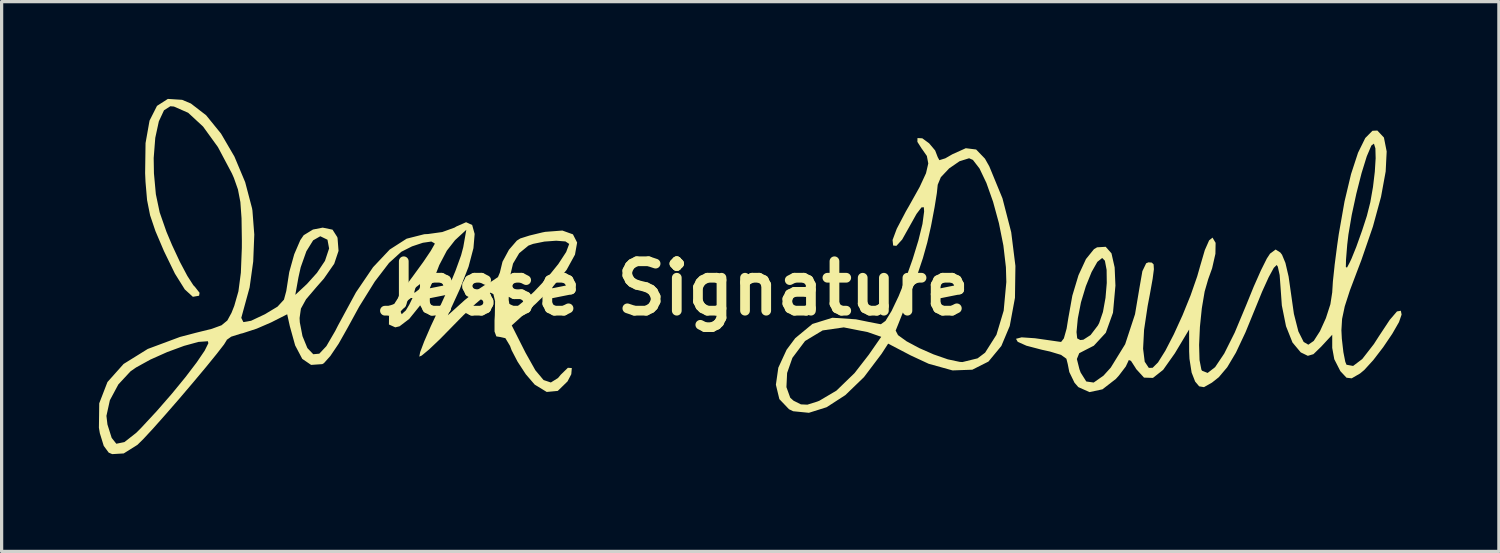
<source format=kicad_pcb>
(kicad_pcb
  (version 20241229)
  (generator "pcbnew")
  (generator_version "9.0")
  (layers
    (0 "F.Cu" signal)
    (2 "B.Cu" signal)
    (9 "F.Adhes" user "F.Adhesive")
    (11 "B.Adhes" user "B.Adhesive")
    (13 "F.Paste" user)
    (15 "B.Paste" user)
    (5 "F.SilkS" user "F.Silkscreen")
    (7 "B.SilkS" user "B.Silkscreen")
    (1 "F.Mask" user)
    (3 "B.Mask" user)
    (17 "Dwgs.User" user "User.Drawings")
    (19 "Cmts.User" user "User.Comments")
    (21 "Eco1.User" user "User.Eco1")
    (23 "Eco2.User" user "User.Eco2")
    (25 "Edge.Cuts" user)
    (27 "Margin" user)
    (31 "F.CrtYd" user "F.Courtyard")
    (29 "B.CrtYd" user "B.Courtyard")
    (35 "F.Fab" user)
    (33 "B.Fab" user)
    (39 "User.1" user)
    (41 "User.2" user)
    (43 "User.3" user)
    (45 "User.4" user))
  (footprint "Jesse Signature"
    (layer "F.Cu")
    (at 17.71 5.841)
    (property "Reference" "Jesse Signature" (at 0 0 0) (layer "F.SilkS") (effects (font (size 1.524 1.524) (thickness 0.3))))
    (attr board_only exclude_from_pos_files exclude_from_bom)
    (fp_poly (pts (xy 7.68 -4.626) (xy 7.89 -4.472) (xy 8.076 -4.251) (xy 8.155 -4.046) (xy 8.206 -3.952) (xy 8.389 -4.009) (xy 8.608 -4.135) (xy 9.021 -4.321) (xy 9.34 -4.281) (xy 9.612 -3.998) (xy 9.746 -3.76) (xy 10.152 -2.774) (xy 10.421 -1.732) (xy 10.551 -0.691) (xy 10.537 0.292) (xy 10.376 1.162) (xy 10.117 1.777) (xy 9.72 2.258) (xy 9.222 2.509) (xy 8.612 2.531) (xy 7.876 2.326) (xy 7.321 2.068) (xy 6.627 1.705) (xy 6.422 2.022) (xy 5.881 2.738) (xy 5.306 3.293) (xy 4.729 3.666) (xy 4.183 3.838) (xy 3.699 3.79) (xy 3.569 3.728) (xy 3.272 3.416) (xy 3.183 3.047) (xy 3.49 3.047) (xy 3.608 3.374) (xy 3.71 3.465) (xy 3.937 3.578) (xy 4.136 3.587) (xy 4.436 3.493) (xy 4.503 3.467) (xy 5.032 3.154) (xy 5.589 2.615) (xy 6.027 2.051) (xy 6.413 1.495) (xy 5.994 1.349) (xy 5.758 1.303) (xy 6.858 1.303) (xy 6.931 1.443) (xy 7.194 1.633) (xy 7.582 1.841) (xy 8.028 2.037) (xy 8.468 2.19) (xy 8.836 2.268) (xy 8.918 2.273) (xy 9.384 2.159) (xy 9.616 1.984) (xy 9.966 1.432) (xy 10.189 0.689) (xy 10.271 -0.195) (xy 10.258 -0.651) (xy 10.18 -1.32) (xy 10.042 -2.01) (xy 9.862 -2.669) (xy 9.657 -3.248) (xy 9.444 -3.695) (xy 9.24 -3.96) (xy 9.123 -4.011) (xy 8.828 -3.919) (xy 8.507 -3.698) (xy 8.251 -3.426) (xy 8.155 -3.194) (xy 8.129 -2.94) (xy 8.06 -2.51) (xy 7.962 -1.99) (xy 7.944 -1.899) (xy 7.834 -1.417) (xy 7.698 -0.931) (xy 7.515 -0.385) (xy 7.266 0.279) (xy 6.932 1.12) (xy 6.858 1.303) (xy 5.758 1.303) (xy 5.258 1.204) (xy 4.606 1.298) (xy 4.065 1.623) (xy 3.674 2.144) (xy 3.511 2.61) (xy 3.49 3.047) (xy 3.183 3.047) (xy 3.165 2.972) (xy 3.24 2.447) (xy 3.495 1.894) (xy 3.761 1.537) (xy 4.292 1.098) (xy 4.908 0.907) (xy 5.633 0.955) (xy 6.033 1.037) (xy 6.339 1.096) (xy 6.403 1.107) (xy 6.545 1.004) (xy 6.733 0.697) (xy 6.95 0.241) (xy 7.173 -0.31) (xy 7.383 -0.902) (xy 7.56 -1.478) (xy 7.685 -1.986) (xy 7.736 -2.37) (xy 7.727 -2.5) (xy 7.654 -2.496) (xy 7.501 -2.294) (xy 7.303 -1.94) (xy 7.058 -1.504) (xy 6.881 -1.31) (xy 6.781 -1.32) (xy 6.763 -1.491) (xy 6.892 -1.837) (xy 7.174 -2.374) (xy 7.265 -2.531) (xy 7.598 -3.126) (xy 7.794 -3.549) (xy 7.864 -3.851) (xy 7.82 -4.082) (xy 7.673 -4.293) (xy 7.665 -4.302) (xy 7.528 -4.517) (xy 7.531 -4.634)) (stroke (width 0) (type solid)) (fill yes) (layer "F.SilkS"))
    (fp_poly (pts (xy 21.914 -4.65) (xy 21.999 -4.221) (xy 21.968 -3.603) (xy 21.825 -2.822) (xy 21.574 -1.902) (xy 21.218 -0.868) (xy 21.118 -0.606) (xy 20.865 0.063) (xy 20.706 0.556) (xy 20.624 0.943) (xy 20.603 1.292) (xy 20.616 1.551) (xy 20.664 1.968) (xy 20.723 2.266) (xy 20.76 2.356) (xy 20.964 2.393) (xy 21.246 2.18) (xy 21.602 1.722) (xy 21.761 1.475) (xy 22.093 0.973) (xy 22.317 0.712) (xy 22.436 0.691) (xy 22.459 0.809) (xy 22.379 1.041) (xy 22.172 1.401) (xy 21.891 1.816) (xy 21.587 2.212) (xy 21.309 2.517) (xy 21.178 2.626) (xy 20.92 2.775) (xy 20.76 2.756) (xy 20.573 2.556) (xy 20.57 2.552) (xy 20.383 2.185) (xy 20.32 1.837) (xy 20.32 1.431) (xy 19.98 1.798) (xy 19.741 2.03) (xy 19.568 2.081) (xy 19.36 1.98) (xy 19.345 1.97) (xy 19.095 1.671) (xy 18.895 1.168) (xy 18.766 0.526) (xy 18.727 -0.026) (xy 18.699 -0.41) (xy 18.642 -0.668) (xy 18.608 -0.72) (xy 18.518 -0.632) (xy 18.36 -0.342) (xy 18.158 0.102) (xy 17.992 0.509) (xy 17.646 1.355) (xy 17.35 1.983) (xy 17.083 2.432) (xy 16.822 2.741) (xy 16.612 2.907) (xy 16.365 3.047) (xy 16.217 3.022) (xy 16.093 2.875) (xy 15.984 2.596) (xy 15.918 2.174) (xy 15.908 1.946) (xy 15.907 1.27) (xy 15.466 2.005) (xy 15.106 2.514) (xy 14.792 2.762) (xy 14.516 2.753) (xy 14.274 2.488) (xy 14.251 2.448) (xy 14.114 2.236) (xy 14.044 2.21) (xy 14.042 2.225) (xy 13.954 2.411) (xy 13.74 2.692) (xy 13.649 2.793) (xy 13.235 3.114) (xy 12.836 3.2) (xy 12.491 3.046) (xy 12.373 2.911) (xy 12.213 2.582) (xy 12.165 2.336) (xy 12.123 2.171) (xy 11.958 2.052) (xy 11.613 1.948) (xy 11.363 1.893) (xy 10.89 1.769) (xy 10.622 1.649) (xy 10.569 1.556) (xy 10.743 1.511) (xy 11.154 1.539) (xy 11.196 1.545) (xy 11.597 1.602) (xy 11.889 1.644) (xy 11.96 1.653) (xy 12.045 1.543) (xy 12.1 1.348) (xy 12.435 1.348) (xy 12.456 1.543) (xy 12.551 1.595) (xy 12.646 1.584) (xy 12.868 1.441) (xy 13.093 1.146) (xy 13.134 1.069) (xy 13.25 0.729) (xy 13.329 0.293) (xy 13.368 -0.165) (xy 13.363 -0.571) (xy 13.31 -0.852) (xy 13.227 -0.936) (xy 13.077 -0.816) (xy 12.9 -0.503) (xy 12.722 -0.064) (xy 12.572 0.433) (xy 12.477 0.919) (xy 12.473 0.95) (xy 12.435 1.348) (xy 12.1 1.348) (xy 12.13 1.24) (xy 12.179 0.936) (xy 12.306 0.226) (xy 12.496 -0.405) (xy 12.726 -0.902) (xy 12.974 -1.209) (xy 13.07 -1.265) (xy 13.335 -1.281) (xy 13.513 -1.079) (xy 13.611 -0.645) (xy 13.635 -0.084) (xy 13.56 0.751) (xy 13.338 1.37) (xy 12.969 1.769) (xy 12.767 1.872) (xy 12.519 2) (xy 12.446 2.18) (xy 12.525 2.494) (xy 12.563 2.598) (xy 12.736 2.872) (xy 12.964 2.905) (xy 13.266 2.693) (xy 13.491 2.444) (xy 13.935 1.723) (xy 14.239 0.798) (xy 14.379 -0.033) (xy 14.466 -0.53) (xy 14.583 -0.773) (xy 14.654 -0.802) (xy 14.756 -0.794) (xy 14.812 -0.739) (xy 14.821 -0.589) (xy 14.783 -0.297) (xy 14.697 0.184) (xy 14.628 0.546) (xy 14.518 1.28) (xy 14.488 1.862) (xy 14.538 2.263) (xy 14.664 2.452) (xy 14.781 2.451) (xy 14.948 2.285) (xy 15.175 1.922) (xy 15.435 1.419) (xy 15.703 0.832) (xy 15.952 0.218) (xy 16.156 -0.367) (xy 16.253 -0.707) (xy 16.391 -1.178) (xy 16.524 -1.479) (xy 16.628 -1.564) (xy 16.724 -1.403) (xy 16.718 -1.065) (xy 16.616 -0.617) (xy 16.496 -0.283) (xy 16.386 0.098) (xy 16.299 0.614) (xy 16.24 1.189) (xy 16.215 1.747) (xy 16.228 2.211) (xy 16.285 2.505) (xy 16.305 2.54) (xy 16.478 2.609) (xy 16.709 2.43) (xy 16.99 2.011) (xy 17.313 1.365) (xy 17.66 0.535) (xy 17.898 -0.05) (xy 18.122 -0.555) (xy 18.303 -0.918) (xy 18.402 -1.069) (xy 18.575 -1.197) (xy 18.719 -1.105) (xy 18.772 -1.036) (xy 18.877 -0.783) (xy 18.975 -0.362) (xy 19.034 0.054) (xy 19.138 0.786) (xy 19.276 1.328) (xy 19.439 1.653) (xy 19.583 1.738) (xy 19.75 1.621) (xy 19.942 1.322) (xy 20.125 0.919) (xy 20.263 0.491) (xy 20.321 0.117) (xy 20.321 0.102) (xy 20.341 -0.218) (xy 20.388 -0.657) (xy 20.74 -0.657) (xy 20.776 -0.64) (xy 20.861 -0.801) (xy 20.913 -0.912) (xy 21.061 -1.277) (xy 21.241 -1.781) (xy 21.387 -2.23) (xy 21.494 -2.653) (xy 21.577 -3.126) (xy 21.633 -3.596) (xy 21.659 -4.011) (xy 21.651 -4.317) (xy 21.606 -4.462) (xy 21.527 -4.403) (xy 21.385 -4.07) (xy 21.224 -3.55) (xy 21.064 -2.922) (xy 20.922 -2.265) (xy 20.819 -1.658) (xy 20.782 -1.343) (xy 20.745 -0.881) (xy 20.74 -0.657) (xy 20.388 -0.657) (xy 20.394 -0.72) (xy 20.472 -1.321) (xy 20.522 -1.671) (xy 20.699 -2.678) (xy 20.9 -3.522) (xy 21.116 -4.182) (xy 21.339 -4.635) (xy 21.56 -4.858) (xy 21.711 -4.866)) (stroke (width 0) (type solid)) (fill yes) (layer "F.SilkS"))
    (fp_poly (pts (xy -15.145 -5.813) (xy -14.875 -5.7) (xy -14.404 -5.337) (xy -13.944 -4.77) (xy -13.531 -4.062) (xy -13.2 -3.274) (xy -12.988 -2.469) (xy -12.976 -2.398) (xy -12.919 -1.658) (xy -12.952 -0.828) (xy -13.063 -0.027) (xy -13.236 0.604) (xy -13.32 0.911) (xy -13.255 1.041) (xy -13.018 1) (xy -12.592 0.799) (xy -12.203 0.565) (xy -12.004 0.349) (xy -11.964 0.201) (xy -11.654 0.201) (xy -11.295 -0.134) (xy -10.986 -0.478) (xy -10.742 -0.843) (xy -10.739 -0.848) (xy -10.612 -1.229) (xy -10.662 -1.499) (xy -10.879 -1.604) (xy -10.888 -1.604) (xy -11.104 -1.48) (xy -11.313 -1.143) (xy -11.488 -0.649) (xy -11.558 -0.334) (xy -11.654 0.201) (xy -11.964 0.201) (xy -11.932 0.081) (xy -11.93 0.067) (xy -11.841 -0.501) (xy -11.687 -1.052) (xy -11.5 -1.486) (xy -11.396 -1.638) (xy -11.11 -1.813) (xy -10.81 -1.872) (xy -10.506 -1.809) (xy -10.36 -1.58) (xy -10.351 -1.547) (xy -10.321 -1.155) (xy -10.454 -0.758) (xy -10.773 -0.299) (xy -11.006 -0.034) (xy -11.323 0.338) (xy -11.481 0.625) (xy -11.522 0.915) (xy -11.515 1.049) (xy -11.433 1.473) (xy -11.286 1.832) (xy -11.277 1.847) (xy -11.1 2.032) (xy -10.914 2.015) (xy -10.696 1.783) (xy -10.424 1.316) (xy -10.337 1.145) (xy -9.783 0.123) (xy -9.257 -0.651) (xy -8.742 -1.197) (xy -8.221 -1.531) (xy -7.677 -1.669) (xy -7.561 -1.675) (xy -7.122 -1.736) (xy -6.744 -1.873) (xy -6.686 -1.908) (xy -6.388 -2.039) (xy -6.2 -1.953) (xy -6.124 -1.677) (xy -6.161 -1.239) (xy -6.312 -0.666) (xy -6.577 0.015) (xy -6.617 0.103) (xy -6.951 0.832) (xy -6.431 0.363) (xy -6.076 0.074) (xy -5.754 -0.138) (xy -5.63 -0.196) (xy -5.405 -0.346) (xy -5.347 -0.484) (xy -5.265 -0.821) (xy -5.066 -1.19) (xy -4.822 -1.472) (xy -4.717 -1.538) (xy -4.433 -1.628) (xy -4.033 -1.725) (xy -3.946 -1.742) (xy -3.419 -1.782) (xy -3.093 -1.665) (xy -2.964 -1.412) (xy -3.03 -1.04) (xy -3.288 -0.57) (xy -3.737 -0.019) (xy -4.237 0.472) (xy -4.98 1.144) (xy -4.557 1.982) (xy -4.252 2.526) (xy -3.999 2.828) (xy -3.774 2.903) (xy -3.554 2.766) (xy -3.468 2.663) (xy -3.249 2.45) (xy -3.128 2.458) (xy -3.144 2.648) (xy -3.26 2.87) (xy -3.561 3.163) (xy -3.902 3.195) (xy -4.272 2.969) (xy -4.548 2.648) (xy -4.801 2.26) (xy -4.985 1.907) (xy -5.032 1.777) (xy -5.176 1.537) (xy -5.329 1.502) (xy -5.455 1.482) (xy -5.511 1.331) (xy -5.511 0.99) (xy -5.502 0.836) (xy -5.494 0.399) (xy -5.503 0.359) (xy -5.074 0.359) (xy -5.033 0.61) (xy -4.978 0.668) (xy -4.836 0.582) (xy -4.567 0.358) (xy -4.289 0.1) (xy -3.887 -0.324) (xy -3.543 -0.751) (xy -3.302 -1.12) (xy -3.209 -1.368) (xy -3.209 -1.37) (xy -3.324 -1.446) (xy -3.609 -1.468) (xy -3.972 -1.442) (xy -4.322 -1.371) (xy -4.465 -1.318) (xy -4.75 -1.084) (xy -4.94 -0.764) (xy -5.024 -0.412) (xy -5.07 -0.01) (xy -5.074 0.359) (xy -5.503 0.359) (xy -5.546 0.18) (xy -5.636 0.133) (xy -5.798 0.225) (xy -6.093 0.473) (xy -6.477 0.836) (xy -6.789 1.154) (xy -7.193 1.566) (xy -7.529 1.885) (xy -7.756 2.073) (xy -7.831 2.106) (xy -7.804 1.966) (xy -7.679 1.636) (xy -7.476 1.168) (xy -7.234 0.651) (xy -6.954 0.038) (xy -6.714 -0.543) (xy -6.542 -1.018) (xy -6.475 -1.27) (xy -6.381 -1.805) (xy -6.729 -1.485) (xy -6.982 -1.161) (xy -7.215 -0.717) (xy -7.289 -0.525) (xy -7.525 0.04) (xy -7.823 0.549) (xy -8.142 0.944) (xy -8.44 1.171) (xy -8.571 1.203) (xy -8.767 1.115) (xy -8.764 0.852) (xy -8.687 0.685) (xy -8.422 0.685) (xy -8.374 0.798) (xy -8.246 0.681) (xy -8.138 0.501) (xy -8.04 0.298) (xy -8.09 0.298) (xy -8.2 0.384) (xy -8.38 0.581) (xy -8.422 0.685) (xy -8.687 0.685) (xy -8.563 0.417) (xy -8.371 0.125) (xy -7.988 0.125) (xy -7.97 0.134) (xy -7.848 0.04) (xy -7.821 0) (xy -7.786 -0.125) (xy -7.805 -0.134) (xy -7.927 -0.04) (xy -7.954 0) (xy -7.988 0.125) (xy -8.371 0.125) (xy -8.166 -0.187) (xy -8.013 -0.394) (xy -7.708 -0.813) (xy -7.478 -1.154) (xy -7.361 -1.359) (xy -7.354 -1.385) (xy -7.459 -1.443) (xy -7.721 -1.405) (xy -8.055 -1.294) (xy -8.378 -1.131) (xy -8.391 -1.122) (xy -8.764 -0.783) (xy -9.201 -0.212) (xy -9.684 0.564) (xy -10.049 1.231) (xy -10.318 1.708) (xy -10.574 2.087) (xy -10.772 2.308) (xy -10.822 2.337) (xy -11.167 2.361) (xy -11.44 2.175) (xy -11.659 1.759) (xy -11.823 1.168) (xy -11.904 0.8) (xy -12.402 1.052) (xy -12.843 1.243) (xy -13.278 1.385) (xy -13.335 1.398) (xy -13.629 1.49) (xy -13.768 1.588) (xy -13.769 1.597) (xy -13.852 1.731) (xy -14.077 2.021) (xy -14.406 2.426) (xy -14.803 2.9) (xy -15.231 3.403) (xy -15.655 3.89) (xy -16.036 4.319) (xy -16.339 4.646) (xy -16.522 4.826) (xy -16.945 5.091) (xy -17.3 5.112) (xy -17.408 5.066) (xy -17.561 4.858) (xy -17.682 4.466) (xy -17.71 4.298) (xy -17.705 3.932) (xy -17.478 3.932) (xy -17.447 4.197) (xy -17.347 4.515) (xy -17.316 4.612) (xy -17.173 4.792) (xy -16.924 4.741) (xy -16.56 4.456) (xy -16.415 4.311) (xy -15.931 3.79) (xy -15.463 3.253) (xy -15.041 2.738) (xy -14.693 2.281) (xy -14.448 1.92) (xy -14.335 1.692) (xy -14.35 1.631) (xy -14.64 1.652) (xy -15.085 1.774) (xy -15.606 1.966) (xy -16.125 2.198) (xy -16.564 2.44) (xy -16.736 2.56) (xy -17.111 2.964) (xy -17.372 3.451) (xy -17.478 3.932) (xy -17.705 3.932) (xy -17.7 3.545) (xy -17.447 2.89) (xy -16.949 2.332) (xy -16.204 1.869) (xy -15.21 1.499) (xy -14.722 1.371) (xy -14.23 1.249) (xy -13.929 1.139) (xy -13.75 0.991) (xy -13.622 0.757) (xy -13.536 0.54) (xy -13.408 0.092) (xy -13.333 -0.481) (xy -13.303 -1.242) (xy -13.302 -1.471) (xy -13.312 -2.16) (xy -13.348 -2.661) (xy -13.423 -3.05) (xy -13.548 -3.405) (xy -13.609 -3.543) (xy -14.041 -4.357) (xy -14.498 -4.988) (xy -14.957 -5.413) (xy -15.397 -5.606) (xy -15.508 -5.615) (xy -15.703 -5.49) (xy -15.862 -5.149) (xy -15.972 -4.641) (xy -16.021 -4.016) (xy -16.013 -3.544) (xy -15.954 -2.901) (xy -15.836 -2.341) (xy -15.627 -1.743) (xy -15.456 -1.337) (xy -15.213 -0.816) (xy -14.982 -0.381) (xy -14.799 -0.097) (xy -14.741 -0.035) (xy -14.606 0.138) (xy -14.621 0.228) (xy -14.813 0.261) (xy -15.062 0.033) (xy -15.366 -0.453) (xy -15.705 -1.15) (xy -15.967 -1.765) (xy -16.132 -2.253) (xy -16.225 -2.722) (xy -16.273 -3.282) (xy -16.285 -3.551) (xy -16.272 -4.478) (xy -16.149 -5.171) (xy -15.919 -5.626) (xy -15.584 -5.841)) (stroke (width 0) (type solid)) (fill yes) (layer "F.SilkS")))
  (gr_rect
    (start -3 -3)
    (end 43.169 13.954)
    (stroke (width 0.1) (type default))
    (fill no)
    (layer "Edge.Cuts")))
</source>
